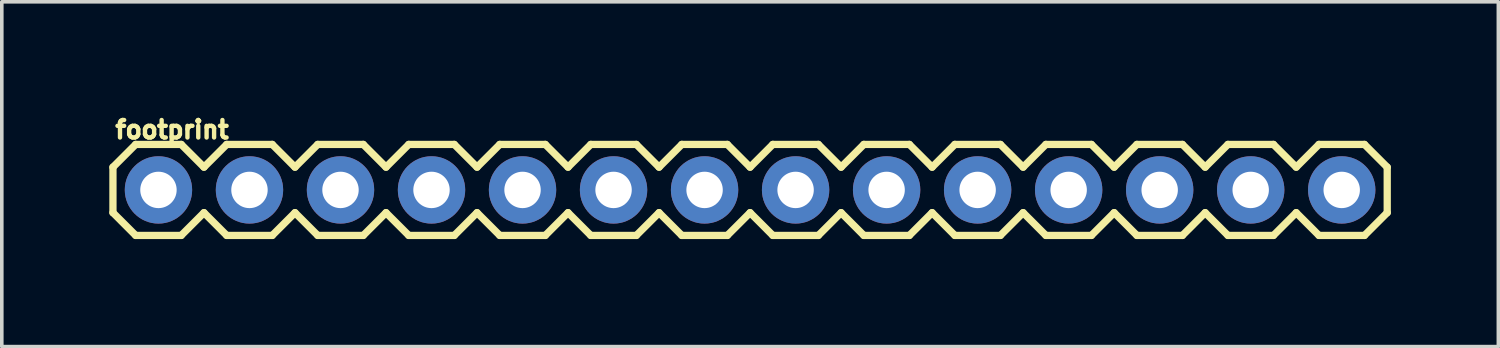
<source format=kicad_pcb>
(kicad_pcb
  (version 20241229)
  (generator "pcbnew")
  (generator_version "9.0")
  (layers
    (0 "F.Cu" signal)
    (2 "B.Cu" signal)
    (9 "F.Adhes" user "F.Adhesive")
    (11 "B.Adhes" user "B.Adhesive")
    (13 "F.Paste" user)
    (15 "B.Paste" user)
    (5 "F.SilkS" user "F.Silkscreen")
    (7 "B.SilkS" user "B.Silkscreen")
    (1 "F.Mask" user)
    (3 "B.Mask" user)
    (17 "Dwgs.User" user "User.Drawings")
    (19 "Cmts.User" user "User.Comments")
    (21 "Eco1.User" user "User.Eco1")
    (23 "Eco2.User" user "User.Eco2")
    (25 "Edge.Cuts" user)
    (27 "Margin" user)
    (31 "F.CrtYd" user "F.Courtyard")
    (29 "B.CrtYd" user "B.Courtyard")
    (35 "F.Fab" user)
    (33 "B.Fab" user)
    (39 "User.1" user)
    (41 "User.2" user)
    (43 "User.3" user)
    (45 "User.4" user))
  (footprint "footprint"
    (layer "F.Cu")
    (at 1.372 2.25)
    (property "Reference" "footprint" (at -1.27 -1.397 0) (layer "F.SilkS") (effects (font (size 0.488 0.488) (thickness 0.122)) (justify left bottom)))
    (fp_line (start -1.27 -0.635) (end -1.27 0.635) (stroke (width 0.203) (type solid)) (layer "F.SilkS"))
    (fp_line (start -1.27 0.635) (end -0.635 1.27) (stroke (width 0.203) (type solid)) (layer "F.SilkS"))
    (fp_line (start -0.635 -1.27) (end -1.27 -0.635) (stroke (width 0.203) (type solid)) (layer "F.SilkS"))
    (fp_line (start -0.635 -1.27) (end 0.635 -1.27) (stroke (width 0.203) (type solid)) (layer "F.SilkS"))
    (fp_line (start 0.635 -1.27) (end 1.27 -0.635) (stroke (width 0.203) (type solid)) (layer "F.SilkS"))
    (fp_line (start 0.635 1.27) (end -0.635 1.27) (stroke (width 0.203) (type solid)) (layer "F.SilkS"))
    (fp_line (start 1.27 -0.635) (end 1.905 -1.27) (stroke (width 0.203) (type solid)) (layer "F.SilkS"))
    (fp_line (start 1.27 0.635) (end 0.635 1.27) (stroke (width 0.203) (type solid)) (layer "F.SilkS"))
    (fp_line (start 1.905 -1.27) (end 3.175 -1.27) (stroke (width 0.203) (type solid)) (layer "F.SilkS"))
    (fp_line (start 1.905 1.27) (end 1.27 0.635) (stroke (width 0.203) (type solid)) (layer "F.SilkS"))
    (fp_line (start 3.175 -1.27) (end 3.81 -0.635) (stroke (width 0.203) (type solid)) (layer "F.SilkS"))
    (fp_line (start 3.175 1.27) (end 1.905 1.27) (stroke (width 0.203) (type solid)) (layer "F.SilkS"))
    (fp_line (start 3.81 -0.635) (end 4.445 -1.27) (stroke (width 0.203) (type solid)) (layer "F.SilkS"))
    (fp_line (start 3.81 0.635) (end 3.175 1.27) (stroke (width 0.203) (type solid)) (layer "F.SilkS"))
    (fp_line (start 4.445 -1.27) (end 5.715 -1.27) (stroke (width 0.203) (type solid)) (layer "F.SilkS"))
    (fp_line (start 4.445 1.27) (end 3.81 0.635) (stroke (width 0.203) (type solid)) (layer "F.SilkS"))
    (fp_line (start 5.715 -1.27) (end 6.35 -0.635) (stroke (width 0.203) (type solid)) (layer "F.SilkS"))
    (fp_line (start 5.715 1.27) (end 4.445 1.27) (stroke (width 0.203) (type solid)) (layer "F.SilkS"))
    (fp_line (start 6.35 0.635) (end 5.715 1.27) (stroke (width 0.203) (type solid)) (layer "F.SilkS"))
    (fp_line (start 6.35 0.635) (end 6.985 1.27) (stroke (width 0.203) (type solid)) (layer "F.SilkS"))
    (fp_line (start 6.985 -1.27) (end 6.35 -0.635) (stroke (width 0.203) (type solid)) (layer "F.SilkS"))
    (fp_line (start 6.985 -1.27) (end 8.255 -1.27) (stroke (width 0.203) (type solid)) (layer "F.SilkS"))
    (fp_line (start 8.255 -1.27) (end 8.89 -0.635) (stroke (width 0.203) (type solid)) (layer "F.SilkS"))
    (fp_line (start 8.255 1.27) (end 6.985 1.27) (stroke (width 0.203) (type solid)) (layer "F.SilkS"))
    (fp_line (start 8.89 -0.635) (end 9.525 -1.27) (stroke (width 0.203) (type solid)) (layer "F.SilkS"))
    (fp_line (start 8.89 0.635) (end 8.255 1.27) (stroke (width 0.203) (type solid)) (layer "F.SilkS"))
    (fp_line (start 9.525 -1.27) (end 10.795 -1.27) (stroke (width 0.203) (type solid)) (layer "F.SilkS"))
    (fp_line (start 9.525 1.27) (end 8.89 0.635) (stroke (width 0.203) (type solid)) (layer "F.SilkS"))
    (fp_line (start 10.795 -1.27) (end 11.43 -0.635) (stroke (width 0.203) (type solid)) (layer "F.SilkS"))
    (fp_line (start 10.795 1.27) (end 9.525 1.27) (stroke (width 0.203) (type solid)) (layer "F.SilkS"))
    (fp_line (start 11.43 -0.635) (end 12.065 -1.27) (stroke (width 0.203) (type solid)) (layer "F.SilkS"))
    (fp_line (start 11.43 0.635) (end 10.795 1.27) (stroke (width 0.203) (type solid)) (layer "F.SilkS"))
    (fp_line (start 12.065 -1.27) (end 13.335 -1.27) (stroke (width 0.203) (type solid)) (layer "F.SilkS"))
    (fp_line (start 12.065 1.27) (end 11.43 0.635) (stroke (width 0.203) (type solid)) (layer "F.SilkS"))
    (fp_line (start 13.335 -1.27) (end 13.97 -0.635) (stroke (width 0.203) (type solid)) (layer "F.SilkS"))
    (fp_line (start 13.335 1.27) (end 12.065 1.27) (stroke (width 0.203) (type solid)) (layer "F.SilkS"))
    (fp_line (start 13.97 0.635) (end 13.335 1.27) (stroke (width 0.203) (type solid)) (layer "F.SilkS"))
    (fp_line (start 13.97 0.635) (end 14.605 1.27) (stroke (width 0.203) (type solid)) (layer "F.SilkS"))
    (fp_line (start 14.605 -1.27) (end 13.97 -0.635) (stroke (width 0.203) (type solid)) (layer "F.SilkS"))
    (fp_line (start 14.605 -1.27) (end 15.875 -1.27) (stroke (width 0.203) (type solid)) (layer "F.SilkS"))
    (fp_line (start 15.875 -1.27) (end 16.51 -0.635) (stroke (width 0.203) (type solid)) (layer "F.SilkS"))
    (fp_line (start 15.875 1.27) (end 14.605 1.27) (stroke (width 0.203) (type solid)) (layer "F.SilkS"))
    (fp_line (start 16.51 0.635) (end 15.875 1.27) (stroke (width 0.203) (type solid)) (layer "F.SilkS"))
    (fp_line (start 16.51 0.635) (end 17.145 1.27) (stroke (width 0.203) (type solid)) (layer "F.SilkS"))
    (fp_line (start 17.145 -1.27) (end 16.51 -0.635) (stroke (width 0.203) (type solid)) (layer "F.SilkS"))
    (fp_line (start 17.145 -1.27) (end 18.415 -1.27) (stroke (width 0.203) (type solid)) (layer "F.SilkS"))
    (fp_line (start 18.415 -1.27) (end 19.05 -0.635) (stroke (width 0.203) (type solid)) (layer "F.SilkS"))
    (fp_line (start 18.415 1.27) (end 17.145 1.27) (stroke (width 0.203) (type solid)) (layer "F.SilkS"))
    (fp_line (start 19.05 -0.635) (end 19.685 -1.27) (stroke (width 0.203) (type solid)) (layer "F.SilkS"))
    (fp_line (start 19.05 0.635) (end 18.415 1.27) (stroke (width 0.203) (type solid)) (layer "F.SilkS"))
    (fp_line (start 19.685 -1.27) (end 20.955 -1.27) (stroke (width 0.203) (type solid)) (layer "F.SilkS"))
    (fp_line (start 19.685 1.27) (end 19.05 0.635) (stroke (width 0.203) (type solid)) (layer "F.SilkS"))
    (fp_line (start 20.955 -1.27) (end 21.59 -0.635) (stroke (width 0.203) (type solid)) (layer "F.SilkS"))
    (fp_line (start 20.955 1.27) (end 19.685 1.27) (stroke (width 0.203) (type solid)) (layer "F.SilkS"))
    (fp_line (start 21.59 -0.635) (end 22.225 -1.27) (stroke (width 0.203) (type solid)) (layer "F.SilkS"))
    (fp_line (start 21.59 0.635) (end 20.955 1.27) (stroke (width 0.203) (type solid)) (layer "F.SilkS"))
    (fp_line (start 22.225 -1.27) (end 23.495 -1.27) (stroke (width 0.203) (type solid)) (layer "F.SilkS"))
    (fp_line (start 22.225 1.27) (end 21.59 0.635) (stroke (width 0.203) (type solid)) (layer "F.SilkS"))
    (fp_line (start 23.495 -1.27) (end 24.13 -0.635) (stroke (width 0.203) (type solid)) (layer "F.SilkS"))
    (fp_line (start 23.495 1.27) (end 22.225 1.27) (stroke (width 0.203) (type solid)) (layer "F.SilkS"))
    (fp_line (start 24.13 0.635) (end 23.495 1.27) (stroke (width 0.203) (type solid)) (layer "F.SilkS"))
    (fp_line (start 24.13 0.635) (end 24.765 1.27) (stroke (width 0.203) (type solid)) (layer "F.SilkS"))
    (fp_line (start 24.765 -1.27) (end 24.13 -0.635) (stroke (width 0.203) (type solid)) (layer "F.SilkS"))
    (fp_line (start 24.765 -1.27) (end 26.035 -1.27) (stroke (width 0.203) (type solid)) (layer "F.SilkS"))
    (fp_line (start 26.035 -1.27) (end 26.67 -0.635) (stroke (width 0.203) (type solid)) (layer "F.SilkS"))
    (fp_line (start 26.035 1.27) (end 24.765 1.27) (stroke (width 0.203) (type solid)) (layer "F.SilkS"))
    (fp_line (start 26.67 -0.635) (end 27.305 -1.27) (stroke (width 0.203) (type solid)) (layer "F.SilkS"))
    (fp_line (start 26.67 0.635) (end 26.035 1.27) (stroke (width 0.203) (type solid)) (layer "F.SilkS"))
    (fp_line (start 27.305 -1.27) (end 28.575 -1.27) (stroke (width 0.203) (type solid)) (layer "F.SilkS"))
    (fp_line (start 27.305 1.27) (end 26.67 0.635) (stroke (width 0.203) (type solid)) (layer "F.SilkS"))
    (fp_line (start 28.575 -1.27) (end 29.21 -0.635) (stroke (width 0.203) (type solid)) (layer "F.SilkS"))
    (fp_line (start 28.575 1.27) (end 27.305 1.27) (stroke (width 0.203) (type solid)) (layer "F.SilkS"))
    (fp_line (start 29.21 -0.635) (end 29.845 -1.27) (stroke (width 0.203) (type solid)) (layer "F.SilkS"))
    (fp_line (start 29.21 0.635) (end 28.575 1.27) (stroke (width 0.203) (type solid)) (layer "F.SilkS"))
    (fp_line (start 29.845 -1.27) (end 31.115 -1.27) (stroke (width 0.203) (type solid)) (layer "F.SilkS"))
    (fp_line (start 29.845 1.27) (end 29.21 0.635) (stroke (width 0.203) (type solid)) (layer "F.SilkS"))
    (fp_line (start 31.115 -1.27) (end 31.75 -0.635) (stroke (width 0.203) (type solid)) (layer "F.SilkS"))
    (fp_line (start 31.115 1.27) (end 29.845 1.27) (stroke (width 0.203) (type solid)) (layer "F.SilkS"))
    (fp_line (start 31.75 0.635) (end 31.115 1.27) (stroke (width 0.203) (type solid)) (layer "F.SilkS"))
    (fp_line (start 31.75 0.635) (end 32.385 1.27) (stroke (width 0.203) (type solid)) (layer "F.SilkS"))
    (fp_line (start 32.385 -1.27) (end 31.75 -0.635) (stroke (width 0.203) (type solid)) (layer "F.SilkS"))
    (fp_line (start 32.385 -1.27) (end 33.655 -1.27) (stroke (width 0.203) (type solid)) (layer "F.SilkS"))
    (fp_line (start 33.655 -1.27) (end 34.29 -0.635) (stroke (width 0.203) (type solid)) (layer "F.SilkS"))
    (fp_line (start 33.655 1.27) (end 32.385 1.27) (stroke (width 0.203) (type solid)) (layer "F.SilkS"))
    (fp_line (start 34.29 -0.635) (end 34.29 0.635) (stroke (width 0.203) (type solid)) (layer "F.SilkS"))
    (fp_line (start 34.29 0.635) (end 33.655 1.27) (stroke (width 0.203) (type solid)) (layer "F.SilkS"))
    (fp_poly (pts (xy -0.254 0.254) (xy 0.254 0.254) (xy 0.254 -0.254) (xy -0.254 -0.254)) (stroke (width 0.1) (type solid)) (fill no) (layer "F.Fab"))
    (fp_poly (pts (xy 2.286 0.254) (xy 2.794 0.254) (xy 2.794 -0.254) (xy 2.286 -0.254)) (stroke (width 0.1) (type solid)) (fill no) (layer "F.Fab"))
    (fp_poly (pts (xy 4.826 0.254) (xy 5.334 0.254) (xy 5.334 -0.254) (xy 4.826 -0.254)) (stroke (width 0.1) (type solid)) (fill no) (layer "F.Fab"))
    (fp_poly (pts (xy 7.366 0.254) (xy 7.874 0.254) (xy 7.874 -0.254) (xy 7.366 -0.254)) (stroke (width 0.1) (type solid)) (fill no) (layer "F.Fab"))
    (fp_poly (pts (xy 9.906 0.254) (xy 10.414 0.254) (xy 10.414 -0.254) (xy 9.906 -0.254)) (stroke (width 0.1) (type solid)) (fill no) (layer "F.Fab"))
    (fp_poly (pts (xy 12.446 0.254) (xy 12.954 0.254) (xy 12.954 -0.254) (xy 12.446 -0.254)) (stroke (width 0.1) (type solid)) (fill no) (layer "F.Fab"))
    (fp_poly (pts (xy 14.986 0.254) (xy 15.494 0.254) (xy 15.494 -0.254) (xy 14.986 -0.254)) (stroke (width 0.1) (type solid)) (fill no) (layer "F.Fab"))
    (fp_poly (pts (xy 17.526 0.254) (xy 18.034 0.254) (xy 18.034 -0.254) (xy 17.526 -0.254)) (stroke (width 0.1) (type solid)) (fill no) (layer "F.Fab"))
    (fp_poly (pts (xy 20.066 0.254) (xy 20.574 0.254) (xy 20.574 -0.254) (xy 20.066 -0.254)) (stroke (width 0.1) (type solid)) (fill no) (layer "F.Fab"))
    (fp_poly (pts (xy 22.606 0.254) (xy 23.114 0.254) (xy 23.114 -0.254) (xy 22.606 -0.254)) (stroke (width 0.1) (type solid)) (fill no) (layer "F.Fab"))
    (fp_poly (pts (xy 25.146 0.254) (xy 25.654 0.254) (xy 25.654 -0.254) (xy 25.146 -0.254)) (stroke (width 0.1) (type solid)) (fill no) (layer "F.Fab"))
    (fp_poly (pts (xy 27.686 0.254) (xy 28.194 0.254) (xy 28.194 -0.254) (xy 27.686 -0.254)) (stroke (width 0.1) (type solid)) (fill no) (layer "F.Fab"))
    (fp_poly (pts (xy 30.226 0.254) (xy 30.734 0.254) (xy 30.734 -0.254) (xy 30.226 -0.254)) (stroke (width 0.1) (type solid)) (fill no) (layer "F.Fab"))
    (fp_poly (pts (xy 32.766 0.254) (xy 33.274 0.254) (xy 33.274 -0.254) (xy 32.766 -0.254)) (stroke (width 0.1) (type solid)) (fill no) (layer "F.Fab"))
    (pad "1" thru_hole circle (at 0 0 90) (size 1.88 1.88) (drill 1.016) (layers "*.Cu" "*.Mask"))
    (pad "2" thru_hole circle (at 2.54 0 90) (size 1.88 1.88) (drill 1.016) (layers "*.Cu" "*.Mask"))
    (pad "3" thru_hole circle (at 5.08 0 90) (size 1.88 1.88) (drill 1.016) (layers "*.Cu" "*.Mask"))
    (pad "4" thru_hole circle (at 7.62 0 90) (size 1.88 1.88) (drill 1.016) (layers "*.Cu" "*.Mask"))
    (pad "5" thru_hole circle (at 10.16 0 90) (size 1.88 1.88) (drill 1.016) (layers "*.Cu" "*.Mask"))
    (pad "6" thru_hole circle (at 12.7 0 90) (size 1.88 1.88) (drill 1.016) (layers "*.Cu" "*.Mask"))
    (pad "7" thru_hole circle (at 15.24 0 90) (size 1.88 1.88) (drill 1.016) (layers "*.Cu" "*.Mask"))
    (pad "8" thru_hole circle (at 17.78 0 90) (size 1.88 1.88) (drill 1.016) (layers "*.Cu" "*.Mask"))
    (pad "9" thru_hole circle (at 20.32 0 90) (size 1.88 1.88) (drill 1.016) (layers "*.Cu" "*.Mask"))
    (pad "10" thru_hole circle (at 22.86 0 90) (size 1.88 1.88) (drill 1.016) (layers "*.Cu" "*.Mask"))
    (pad "11" thru_hole circle (at 25.4 0 90) (size 1.88 1.88) (drill 1.016) (layers "*.Cu" "*.Mask"))
    (pad "12" thru_hole circle (at 27.94 0 90) (size 1.88 1.88) (drill 1.016) (layers "*.Cu" "*.Mask"))
    (pad "13" thru_hole circle (at 30.48 0 90) (size 1.88 1.88) (drill 1.016) (layers "*.Cu" "*.Mask"))
    (pad "14" thru_hole circle (at 33.02 0 90) (size 1.88 1.88) (drill 1.016) (layers "*.Cu" "*.Mask")))
  (gr_rect
    (start -3 -3)
    (end 38.763 6.622)
    (stroke (width 0.1) (type default))
    (fill no)
    (layer "Edge.Cuts")))
</source>
